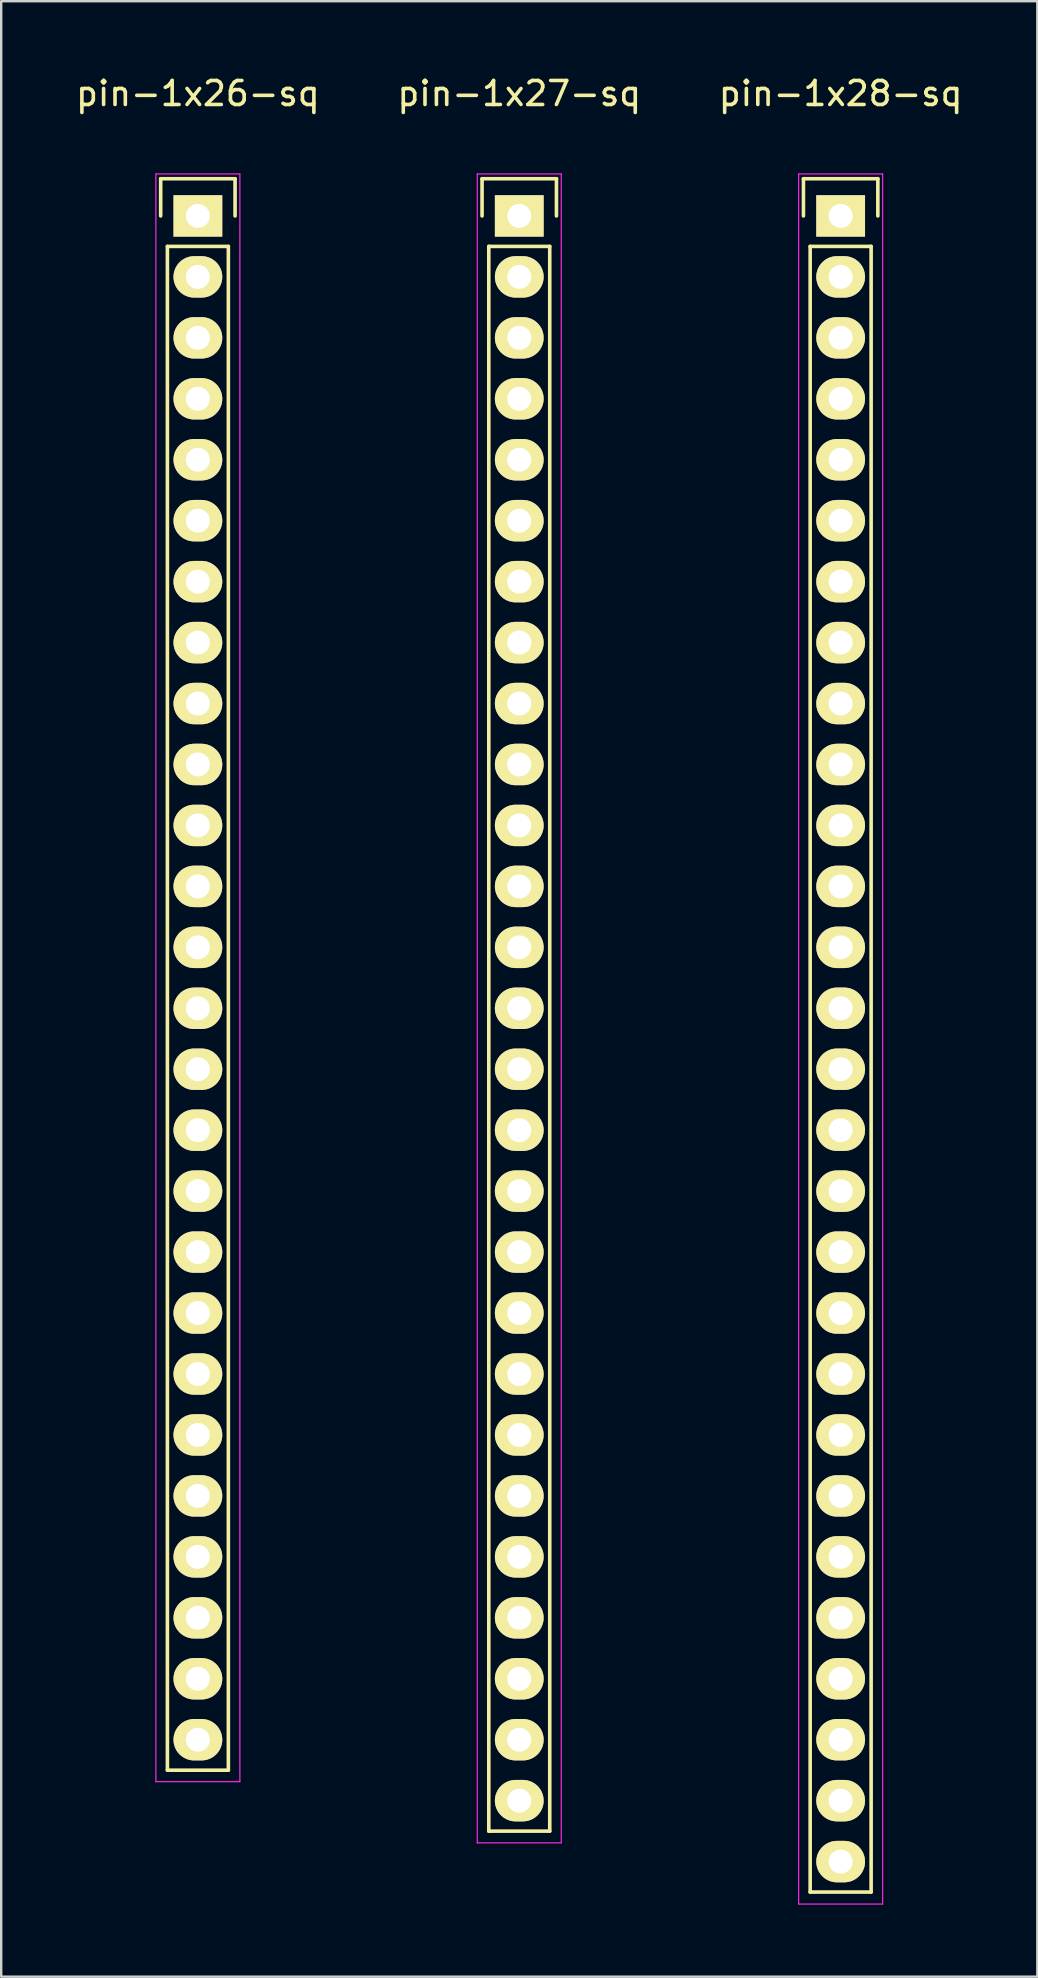
<source format=kicad_pcb>
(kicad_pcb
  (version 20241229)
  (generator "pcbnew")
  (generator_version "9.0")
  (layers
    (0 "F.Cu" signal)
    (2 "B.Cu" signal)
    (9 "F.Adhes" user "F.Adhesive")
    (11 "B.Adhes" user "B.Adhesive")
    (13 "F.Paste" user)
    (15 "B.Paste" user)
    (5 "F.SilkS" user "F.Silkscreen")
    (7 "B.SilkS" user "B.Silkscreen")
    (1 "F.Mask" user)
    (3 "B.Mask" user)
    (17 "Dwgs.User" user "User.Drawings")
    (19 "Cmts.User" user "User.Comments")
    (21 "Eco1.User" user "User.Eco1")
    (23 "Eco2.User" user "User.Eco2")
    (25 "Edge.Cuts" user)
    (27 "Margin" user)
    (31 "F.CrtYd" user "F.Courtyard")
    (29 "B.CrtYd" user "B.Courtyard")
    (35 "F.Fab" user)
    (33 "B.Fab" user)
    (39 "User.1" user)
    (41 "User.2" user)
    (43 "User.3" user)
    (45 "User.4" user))
  (footprint "pin-1x27-sq"
    (layer "F.Cu")
    (at 18.589 5.948)
    (property "Reference" "pin-1x27-sq" (at 0 -5.1 0) (layer "F.SilkS") (effects (font (size 1 1) (thickness 0.15))))
    (attr through_hole)
    (fp_line (start -1.55 -1.55) (end 1.55 -1.55) (stroke (width 0.15) (type solid)) (layer "F.SilkS"))
    (fp_line (start -1.55 0) (end -1.55 -1.55) (stroke (width 0.15) (type solid)) (layer "F.SilkS"))
    (fp_line (start -1.27 1.27) (end -1.27 67.31) (stroke (width 0.15) (type solid)) (layer "F.SilkS"))
    (fp_line (start -1.27 67.31) (end 1.27 67.31) (stroke (width 0.15) (type solid)) (layer "F.SilkS"))
    (fp_line (start 1.27 1.27) (end -1.27 1.27) (stroke (width 0.15) (type solid)) (layer "F.SilkS"))
    (fp_line (start 1.27 67.31) (end 1.27 1.27) (stroke (width 0.15) (type solid)) (layer "F.SilkS"))
    (fp_line (start 1.55 -1.55) (end 1.55 0) (stroke (width 0.15) (type solid)) (layer "F.SilkS"))
    (fp_line (start -1.75 -1.75) (end -1.75 67.8) (stroke (width 0.05) (type solid)) (layer "F.CrtYd"))
    (fp_line (start -1.75 -1.75) (end 1.75 -1.75) (stroke (width 0.05) (type solid)) (layer "F.CrtYd"))
    (fp_line (start -1.75 67.8) (end 1.75 67.8) (stroke (width 0.05) (type solid)) (layer "F.CrtYd"))
    (fp_line (start 1.75 -1.75) (end 1.75 67.8) (stroke (width 0.05) (type solid)) (layer "F.CrtYd"))
    (pad "1" thru_hole rect (at 0 0) (size 2.032 1.727) (drill 1) (layers "*.Cu" "*.Mask" "F.SilkS"))
    (pad "2" thru_hole oval (at 0 2.54) (size 2.032 1.727) (drill 1) (layers "*.Cu" "*.Mask" "F.SilkS"))
    (pad "3" thru_hole oval (at 0 5.08) (size 2.032 1.727) (drill 1) (layers "*.Cu" "*.Mask" "F.SilkS"))
    (pad "4" thru_hole oval (at 0 7.62) (size 2.032 1.727) (drill 1) (layers "*.Cu" "*.Mask" "F.SilkS"))
    (pad "5" thru_hole oval (at 0 10.16) (size 2.032 1.727) (drill 1) (layers "*.Cu" "*.Mask" "F.SilkS"))
    (pad "6" thru_hole oval (at 0 12.7) (size 2.032 1.727) (drill 1) (layers "*.Cu" "*.Mask" "F.SilkS"))
    (pad "7" thru_hole oval (at 0 15.24) (size 2.032 1.727) (drill 1) (layers "*.Cu" "*.Mask" "F.SilkS"))
    (pad "8" thru_hole oval (at 0 17.78) (size 2.032 1.727) (drill 1) (layers "*.Cu" "*.Mask" "F.SilkS"))
    (pad "9" thru_hole oval (at 0 20.32) (size 2.032 1.727) (drill 1) (layers "*.Cu" "*.Mask" "F.SilkS"))
    (pad "10" thru_hole oval (at 0 22.86) (size 2.032 1.727) (drill 1) (layers "*.Cu" "*.Mask" "F.SilkS"))
    (pad "11" thru_hole oval (at 0 25.4) (size 2.032 1.727) (drill 1) (layers "*.Cu" "*.Mask" "F.SilkS"))
    (pad "12" thru_hole oval (at 0 27.94) (size 2.032 1.727) (drill 1) (layers "*.Cu" "*.Mask" "F.SilkS"))
    (pad "13" thru_hole oval (at 0 30.48) (size 2.032 1.727) (drill 1) (layers "*.Cu" "*.Mask" "F.SilkS"))
    (pad "14" thru_hole oval (at 0 33.02) (size 2.032 1.727) (drill 1) (layers "*.Cu" "*.Mask" "F.SilkS"))
    (pad "15" thru_hole oval (at 0 35.56) (size 2.032 1.727) (drill 1) (layers "*.Cu" "*.Mask" "F.SilkS"))
    (pad "16" thru_hole oval (at 0 38.1) (size 2.032 1.727) (drill 1) (layers "*.Cu" "*.Mask" "F.SilkS"))
    (pad "17" thru_hole oval (at 0 40.64) (size 2.032 1.727) (drill 1) (layers "*.Cu" "*.Mask" "F.SilkS"))
    (pad "18" thru_hole oval (at 0 43.18) (size 2.032 1.727) (drill 1) (layers "*.Cu" "*.Mask" "F.SilkS"))
    (pad "19" thru_hole oval (at 0 45.72) (size 2.032 1.727) (drill 1) (layers "*.Cu" "*.Mask" "F.SilkS"))
    (pad "20" thru_hole oval (at 0 48.26) (size 2.032 1.727) (drill 1) (layers "*.Cu" "*.Mask" "F.SilkS"))
    (pad "21" thru_hole oval (at 0 50.8) (size 2.032 1.727) (drill 1) (layers "*.Cu" "*.Mask" "F.SilkS"))
    (pad "22" thru_hole oval (at 0 53.34) (size 2.032 1.727) (drill 1) (layers "*.Cu" "*.Mask" "F.SilkS"))
    (pad "23" thru_hole oval (at 0 55.88) (size 2.032 1.727) (drill 1) (layers "*.Cu" "*.Mask" "F.SilkS"))
    (pad "24" thru_hole oval (at 0 58.42) (size 2.032 1.727) (drill 1) (layers "*.Cu" "*.Mask" "F.SilkS"))
    (pad "25" thru_hole oval (at 0 60.96) (size 2.032 1.727) (drill 1) (layers "*.Cu" "*.Mask" "F.SilkS"))
    (pad "26" thru_hole oval (at 0 63.5) (size 2.032 1.727) (drill 1) (layers "*.Cu" "*.Mask" "F.SilkS"))
    (pad "27" thru_hole oval (at 0 66.04) (size 2.032 1.727) (drill 1) (layers "*.Cu" "*.Mask" "F.SilkS")))
  (footprint "pin-1x26-sq"
    (layer "F.Cu")
    (at 5.196 5.948)
    (property "Reference" "pin-1x26-sq" (at 0 -5.1 0) (layer "F.SilkS") (effects (font (size 1 1) (thickness 0.15))))
    (attr through_hole)
    (fp_line (start -1.55 -1.55) (end 1.55 -1.55) (stroke (width 0.15) (type solid)) (layer "F.SilkS"))
    (fp_line (start -1.55 0) (end -1.55 -1.55) (stroke (width 0.15) (type solid)) (layer "F.SilkS"))
    (fp_line (start -1.27 1.27) (end -1.27 64.77) (stroke (width 0.15) (type solid)) (layer "F.SilkS"))
    (fp_line (start -1.27 64.77) (end 1.27 64.77) (stroke (width 0.15) (type solid)) (layer "F.SilkS"))
    (fp_line (start 1.27 1.27) (end -1.27 1.27) (stroke (width 0.15) (type solid)) (layer "F.SilkS"))
    (fp_line (start 1.27 64.77) (end 1.27 1.27) (stroke (width 0.15) (type solid)) (layer "F.SilkS"))
    (fp_line (start 1.55 -1.55) (end 1.55 0) (stroke (width 0.15) (type solid)) (layer "F.SilkS"))
    (fp_line (start -1.75 -1.75) (end -1.75 65.25) (stroke (width 0.05) (type solid)) (layer "F.CrtYd"))
    (fp_line (start -1.75 -1.75) (end 1.75 -1.75) (stroke (width 0.05) (type solid)) (layer "F.CrtYd"))
    (fp_line (start -1.75 65.25) (end 1.75 65.25) (stroke (width 0.05) (type solid)) (layer "F.CrtYd"))
    (fp_line (start 1.75 -1.75) (end 1.75 65.25) (stroke (width 0.05) (type solid)) (layer "F.CrtYd"))
    (pad "1" thru_hole rect (at 0 0) (size 2.032 1.727) (drill 1) (layers "*.Cu" "*.Mask" "F.SilkS"))
    (pad "2" thru_hole oval (at 0 2.54) (size 2.032 1.727) (drill 1) (layers "*.Cu" "*.Mask" "F.SilkS"))
    (pad "3" thru_hole oval (at 0 5.08) (size 2.032 1.727) (drill 1) (layers "*.Cu" "*.Mask" "F.SilkS"))
    (pad "4" thru_hole oval (at 0 7.62) (size 2.032 1.727) (drill 1) (layers "*.Cu" "*.Mask" "F.SilkS"))
    (pad "5" thru_hole oval (at 0 10.16) (size 2.032 1.727) (drill 1) (layers "*.Cu" "*.Mask" "F.SilkS"))
    (pad "6" thru_hole oval (at 0 12.7) (size 2.032 1.727) (drill 1) (layers "*.Cu" "*.Mask" "F.SilkS"))
    (pad "7" thru_hole oval (at 0 15.24) (size 2.032 1.727) (drill 1) (layers "*.Cu" "*.Mask" "F.SilkS"))
    (pad "8" thru_hole oval (at 0 17.78) (size 2.032 1.727) (drill 1) (layers "*.Cu" "*.Mask" "F.SilkS"))
    (pad "9" thru_hole oval (at 0 20.32) (size 2.032 1.727) (drill 1) (layers "*.Cu" "*.Mask" "F.SilkS"))
    (pad "10" thru_hole oval (at 0 22.86) (size 2.032 1.727) (drill 1) (layers "*.Cu" "*.Mask" "F.SilkS"))
    (pad "11" thru_hole oval (at 0 25.4) (size 2.032 1.727) (drill 1) (layers "*.Cu" "*.Mask" "F.SilkS"))
    (pad "12" thru_hole oval (at 0 27.94) (size 2.032 1.727) (drill 1) (layers "*.Cu" "*.Mask" "F.SilkS"))
    (pad "13" thru_hole oval (at 0 30.48) (size 2.032 1.727) (drill 1) (layers "*.Cu" "*.Mask" "F.SilkS"))
    (pad "14" thru_hole oval (at 0 33.02) (size 2.032 1.727) (drill 1) (layers "*.Cu" "*.Mask" "F.SilkS"))
    (pad "15" thru_hole oval (at 0 35.56) (size 2.032 1.727) (drill 1) (layers "*.Cu" "*.Mask" "F.SilkS"))
    (pad "16" thru_hole oval (at 0 38.1) (size 2.032 1.727) (drill 1) (layers "*.Cu" "*.Mask" "F.SilkS"))
    (pad "17" thru_hole oval (at 0 40.64) (size 2.032 1.727) (drill 1) (layers "*.Cu" "*.Mask" "F.SilkS"))
    (pad "18" thru_hole oval (at 0 43.18) (size 2.032 1.727) (drill 1) (layers "*.Cu" "*.Mask" "F.SilkS"))
    (pad "19" thru_hole oval (at 0 45.72) (size 2.032 1.727) (drill 1) (layers "*.Cu" "*.Mask" "F.SilkS"))
    (pad "20" thru_hole oval (at 0 48.26) (size 2.032 1.727) (drill 1) (layers "*.Cu" "*.Mask" "F.SilkS"))
    (pad "21" thru_hole oval (at 0 50.8) (size 2.032 1.727) (drill 1) (layers "*.Cu" "*.Mask" "F.SilkS"))
    (pad "22" thru_hole oval (at 0 53.34) (size 2.032 1.727) (drill 1) (layers "*.Cu" "*.Mask" "F.SilkS"))
    (pad "23" thru_hole oval (at 0 55.88) (size 2.032 1.727) (drill 1) (layers "*.Cu" "*.Mask" "F.SilkS"))
    (pad "24" thru_hole oval (at 0 58.42) (size 2.032 1.727) (drill 1) (layers "*.Cu" "*.Mask" "F.SilkS"))
    (pad "25" thru_hole oval (at 0 60.96) (size 2.032 1.727) (drill 1) (layers "*.Cu" "*.Mask" "F.SilkS"))
    (pad "26" thru_hole oval (at 0 63.5) (size 2.032 1.727) (drill 1) (layers "*.Cu" "*.Mask" "F.SilkS")))
  (footprint "pin-1x28-sq"
    (layer "F.Cu")
    (at 31.982 5.948)
    (property "Reference" "pin-1x28-sq" (at 0 -5.1 0) (layer "F.SilkS") (effects (font (size 1 1) (thickness 0.15))))
    (attr through_hole)
    (fp_line (start -1.55 -1.55) (end 1.55 -1.55) (stroke (width 0.15) (type solid)) (layer "F.SilkS"))
    (fp_line (start -1.55 0) (end -1.55 -1.55) (stroke (width 0.15) (type solid)) (layer "F.SilkS"))
    (fp_line (start -1.27 1.27) (end -1.27 69.85) (stroke (width 0.15) (type solid)) (layer "F.SilkS"))
    (fp_line (start -1.27 69.85) (end 1.27 69.85) (stroke (width 0.15) (type solid)) (layer "F.SilkS"))
    (fp_line (start 1.27 1.27) (end -1.27 1.27) (stroke (width 0.15) (type solid)) (layer "F.SilkS"))
    (fp_line (start 1.27 69.85) (end 1.27 1.27) (stroke (width 0.15) (type solid)) (layer "F.SilkS"))
    (fp_line (start 1.55 -1.55) (end 1.55 0) (stroke (width 0.15) (type solid)) (layer "F.SilkS"))
    (fp_line (start -1.75 -1.75) (end -1.75 70.35) (stroke (width 0.05) (type solid)) (layer "F.CrtYd"))
    (fp_line (start -1.75 -1.75) (end 1.75 -1.75) (stroke (width 0.05) (type solid)) (layer "F.CrtYd"))
    (fp_line (start -1.75 70.35) (end 1.75 70.35) (stroke (width 0.05) (type solid)) (layer "F.CrtYd"))
    (fp_line (start 1.75 -1.75) (end 1.75 70.35) (stroke (width 0.05) (type solid)) (layer "F.CrtYd"))
    (pad "1" thru_hole rect (at 0 0) (size 2.032 1.727) (drill 1) (layers "*.Cu" "*.Mask" "F.SilkS"))
    (pad "2" thru_hole oval (at 0 2.54) (size 2.032 1.727) (drill 1) (layers "*.Cu" "*.Mask" "F.SilkS"))
    (pad "3" thru_hole oval (at 0 5.08) (size 2.032 1.727) (drill 1) (layers "*.Cu" "*.Mask" "F.SilkS"))
    (pad "4" thru_hole oval (at 0 7.62) (size 2.032 1.727) (drill 1) (layers "*.Cu" "*.Mask" "F.SilkS"))
    (pad "5" thru_hole oval (at 0 10.16) (size 2.032 1.727) (drill 1) (layers "*.Cu" "*.Mask" "F.SilkS"))
    (pad "6" thru_hole oval (at 0 12.7) (size 2.032 1.727) (drill 1) (layers "*.Cu" "*.Mask" "F.SilkS"))
    (pad "7" thru_hole oval (at 0 15.24) (size 2.032 1.727) (drill 1) (layers "*.Cu" "*.Mask" "F.SilkS"))
    (pad "8" thru_hole oval (at 0 17.78) (size 2.032 1.727) (drill 1) (layers "*.Cu" "*.Mask" "F.SilkS"))
    (pad "9" thru_hole oval (at 0 20.32) (size 2.032 1.727) (drill 1) (layers "*.Cu" "*.Mask" "F.SilkS"))
    (pad "10" thru_hole oval (at 0 22.86) (size 2.032 1.727) (drill 1) (layers "*.Cu" "*.Mask" "F.SilkS"))
    (pad "11" thru_hole oval (at 0 25.4) (size 2.032 1.727) (drill 1) (layers "*.Cu" "*.Mask" "F.SilkS"))
    (pad "12" thru_hole oval (at 0 27.94) (size 2.032 1.727) (drill 1) (layers "*.Cu" "*.Mask" "F.SilkS"))
    (pad "13" thru_hole oval (at 0 30.48) (size 2.032 1.727) (drill 1) (layers "*.Cu" "*.Mask" "F.SilkS"))
    (pad "14" thru_hole oval (at 0 33.02) (size 2.032 1.727) (drill 1) (layers "*.Cu" "*.Mask" "F.SilkS"))
    (pad "15" thru_hole oval (at 0 35.56) (size 2.032 1.727) (drill 1) (layers "*.Cu" "*.Mask" "F.SilkS"))
    (pad "16" thru_hole oval (at 0 38.1) (size 2.032 1.727) (drill 1) (layers "*.Cu" "*.Mask" "F.SilkS"))
    (pad "17" thru_hole oval (at 0 40.64) (size 2.032 1.727) (drill 1) (layers "*.Cu" "*.Mask" "F.SilkS"))
    (pad "18" thru_hole oval (at 0 43.18) (size 2.032 1.727) (drill 1) (layers "*.Cu" "*.Mask" "F.SilkS"))
    (pad "19" thru_hole oval (at 0 45.72) (size 2.032 1.727) (drill 1) (layers "*.Cu" "*.Mask" "F.SilkS"))
    (pad "20" thru_hole oval (at 0 48.26) (size 2.032 1.727) (drill 1) (layers "*.Cu" "*.Mask" "F.SilkS"))
    (pad "21" thru_hole oval (at 0 50.8) (size 2.032 1.727) (drill 1) (layers "*.Cu" "*.Mask" "F.SilkS"))
    (pad "22" thru_hole oval (at 0 53.34) (size 2.032 1.727) (drill 1) (layers "*.Cu" "*.Mask" "F.SilkS"))
    (pad "23" thru_hole oval (at 0 55.88) (size 2.032 1.727) (drill 1) (layers "*.Cu" "*.Mask" "F.SilkS"))
    (pad "24" thru_hole oval (at 0 58.42) (size 2.032 1.727) (drill 1) (layers "*.Cu" "*.Mask" "F.SilkS"))
    (pad "25" thru_hole oval (at 0 60.96) (size 2.032 1.727) (drill 1) (layers "*.Cu" "*.Mask" "F.SilkS"))
    (pad "26" thru_hole oval (at 0 63.5) (size 2.032 1.727) (drill 1) (layers "*.Cu" "*.Mask" "F.SilkS"))
    (pad "27" thru_hole oval (at 0 66.04) (size 2.032 1.727) (drill 1) (layers "*.Cu" "*.Mask" "F.SilkS"))
    (pad "28" thru_hole oval (at 0 68.58) (size 2.032 1.727) (drill 1) (layers "*.Cu" "*.Mask" "F.SilkS")))
  (gr_rect
    (start -3 -3)
    (end 40.179 79.323)
    (stroke (width 0.1) (type default))
    (fill no)
    (layer "Edge.Cuts")))
</source>
